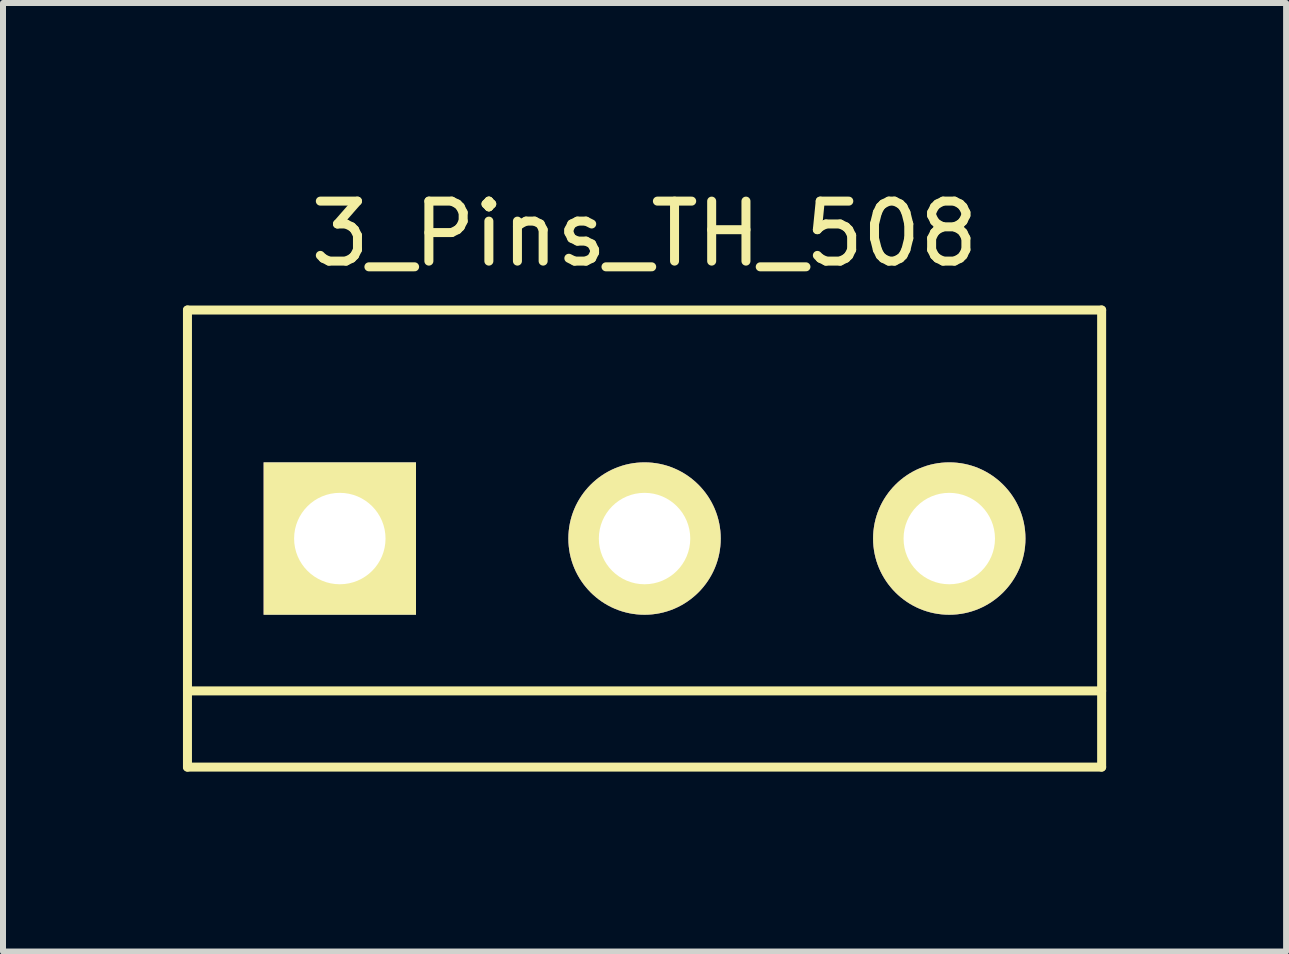
<source format=kicad_pcb>
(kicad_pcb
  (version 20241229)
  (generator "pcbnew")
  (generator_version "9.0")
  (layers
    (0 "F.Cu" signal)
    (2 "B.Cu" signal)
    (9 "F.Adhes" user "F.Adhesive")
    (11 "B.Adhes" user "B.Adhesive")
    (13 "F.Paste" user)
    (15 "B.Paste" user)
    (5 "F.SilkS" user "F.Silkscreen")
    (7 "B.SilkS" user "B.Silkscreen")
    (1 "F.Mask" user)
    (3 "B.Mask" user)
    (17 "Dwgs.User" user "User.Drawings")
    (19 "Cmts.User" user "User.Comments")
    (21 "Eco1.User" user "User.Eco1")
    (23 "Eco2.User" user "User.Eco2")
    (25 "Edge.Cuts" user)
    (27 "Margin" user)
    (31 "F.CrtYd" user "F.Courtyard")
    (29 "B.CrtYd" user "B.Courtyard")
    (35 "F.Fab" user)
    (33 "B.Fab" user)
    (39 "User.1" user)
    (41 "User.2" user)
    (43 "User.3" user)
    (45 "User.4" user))
  (footprint "3_Pins_TH_508"
    (layer "F.Cu")
    (at 7.695 5.928)
    (property "Reference" "3_Pins_TH_508" (at 0 -5.08 0) (layer "F.SilkS") (effects (font (size 1 1) (thickness 0.15))))
    (attr through_hole)
    (fp_line (start -7.62 -3.81) (end 7.62 -3.81) (stroke (width 0.15) (type solid)) (layer "F.SilkS"))
    (fp_line (start -7.62 2.54) (end 7.62 2.54) (stroke (width 0.15) (type solid)) (layer "F.SilkS"))
    (fp_line (start -7.62 3.81) (end -7.62 -3.81) (stroke (width 0.15) (type solid)) (layer "F.SilkS"))
    (fp_line (start -7.62 3.81) (end 7.62 3.81) (stroke (width 0.15) (type solid)) (layer "F.SilkS"))
    (fp_line (start 7.62 3.81) (end 7.62 -3.81) (stroke (width 0.15) (type solid)) (layer "F.SilkS"))
    (pad "1" thru_hole rect (at -5.08 0) (size 2.54 2.54) (drill 1.524) (layers "*.Cu" "*.Mask" "F.SilkS"))
    (pad "2" thru_hole circle (at 0 0) (size 2.54 2.54) (drill 1.524) (layers "*.Cu" "*.Mask" "F.SilkS"))
    (pad "3" thru_hole circle (at 5.08 0) (size 2.54 2.54) (drill 1.524) (layers "*.Cu" "*.Mask" "F.SilkS")))
  (gr_rect
    (start -3 -3)
    (end 18.39 12.813)
    (stroke (width 0.1) (type default))
    (fill no)
    (layer "Edge.Cuts")))
</source>
